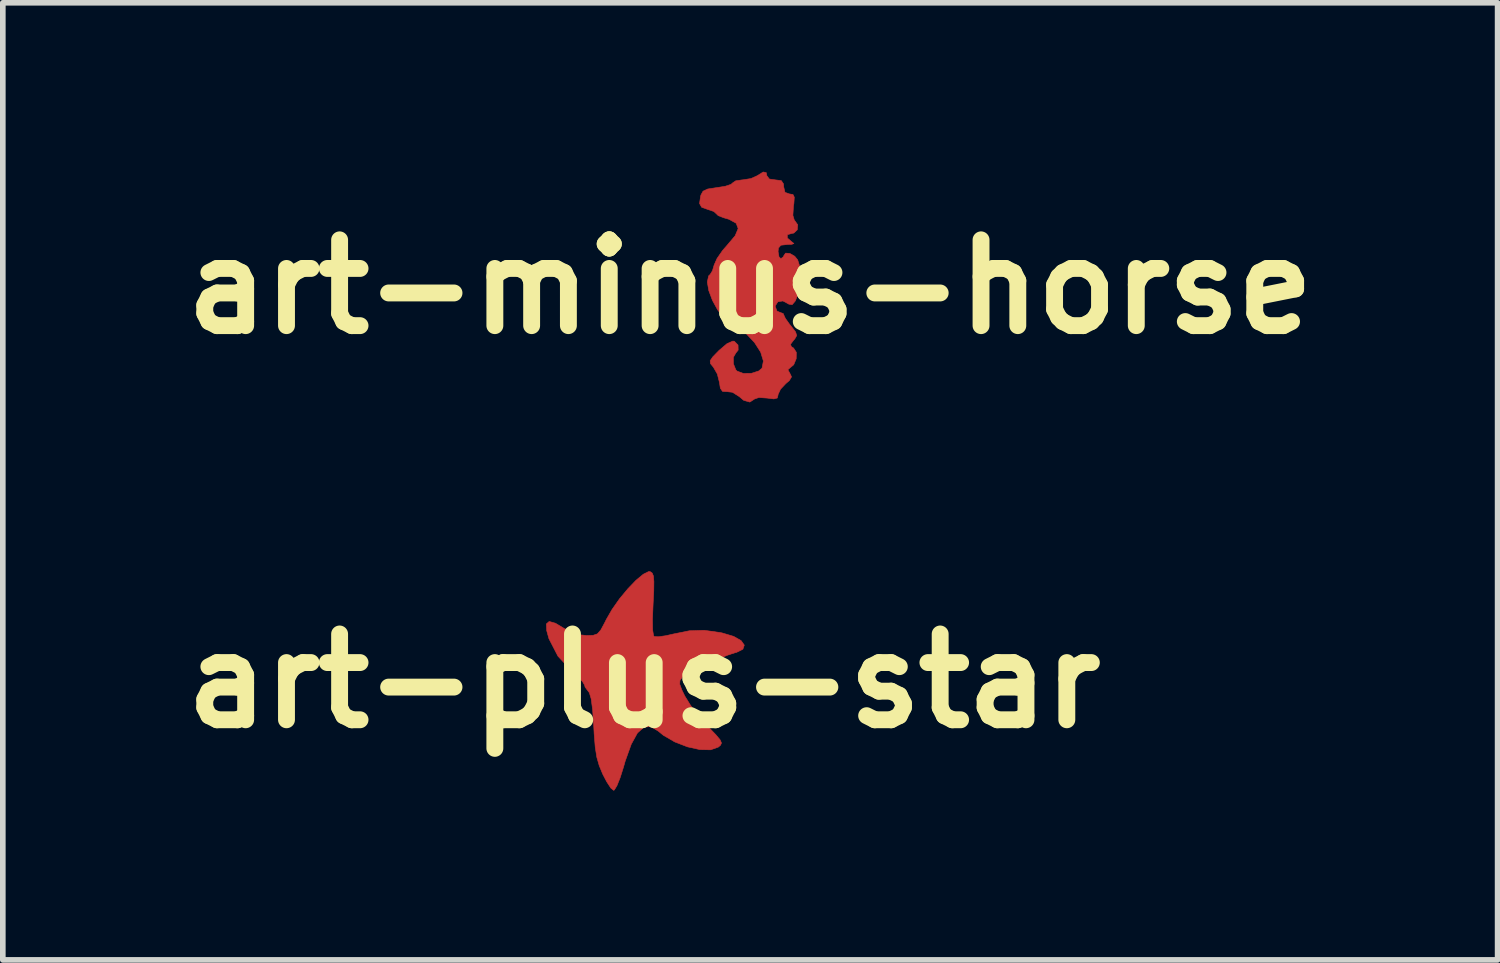
<source format=kicad_pcb>
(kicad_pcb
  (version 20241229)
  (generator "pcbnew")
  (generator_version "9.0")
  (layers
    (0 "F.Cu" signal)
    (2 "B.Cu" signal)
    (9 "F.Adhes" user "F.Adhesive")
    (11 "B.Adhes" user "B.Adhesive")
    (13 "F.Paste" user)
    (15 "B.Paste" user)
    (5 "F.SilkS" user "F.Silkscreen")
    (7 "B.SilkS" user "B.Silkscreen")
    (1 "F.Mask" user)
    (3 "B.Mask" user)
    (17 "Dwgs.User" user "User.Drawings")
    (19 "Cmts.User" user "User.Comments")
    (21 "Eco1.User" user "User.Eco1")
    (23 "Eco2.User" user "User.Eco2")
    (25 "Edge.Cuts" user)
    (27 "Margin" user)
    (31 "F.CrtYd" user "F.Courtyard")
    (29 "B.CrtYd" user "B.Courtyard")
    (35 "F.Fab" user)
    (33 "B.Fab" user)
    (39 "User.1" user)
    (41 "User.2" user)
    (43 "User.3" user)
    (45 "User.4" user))
  (footprint "art-plus-star"
    (layer "F.Cu")
    (at 8.389 9.046)
    (property "Reference" "art-plus-star" (at 0 0 0) (layer "F.SilkS") (effects (font (size 1.524 1.524) (thickness 0.3))))
    (attr through_hole)
    (fp_poly (pts (xy 0.11 -1.942) (xy 0.146 -1.917) (xy 0.168 -1.864) (xy 0.176 -1.764) (xy 0.174 -1.6) (xy 0.162 -1.366) (xy 0.151 -1.094) (xy 0.154 -0.904) (xy 0.171 -0.803) (xy 0.181 -0.79) (xy 0.254 -0.785) (xy 0.389 -0.804) (xy 0.516 -0.833) (xy 0.808 -0.892) (xy 1.069 -0.9) (xy 1.355 -0.86) (xy 1.393 -0.852) (xy 1.593 -0.792) (xy 1.725 -0.717) (xy 1.782 -0.637) (xy 1.757 -0.564) (xy 1.645 -0.508) (xy 1.616 -0.501) (xy 1.487 -0.459) (xy 1.317 -0.389) (xy 1.22 -0.344) (xy 1.06 -0.268) (xy 0.921 -0.208) (xy 0.864 -0.187) (xy 0.743 -0.122) (xy 0.68 -0.067) (xy 0.639 -0.009) (xy 0.635 0.057) (xy 0.673 0.16) (xy 0.726 0.269) (xy 0.826 0.431) (xy 0.969 0.62) (xy 1.126 0.799) (xy 1.136 0.809) (xy 1.275 0.953) (xy 1.352 1.045) (xy 1.377 1.102) (xy 1.359 1.142) (xy 1.32 1.175) (xy 1.184 1.223) (xy 0.993 1.219) (xy 0.772 1.17) (xy 0.547 1.083) (xy 0.344 0.965) (xy 0.254 0.891) (xy 0.123 0.81) (xy 0 0.82) (xy -0.116 0.924) (xy -0.226 1.124) (xy -0.333 1.422) (xy -0.364 1.531) (xy -0.423 1.717) (xy -0.48 1.86) (xy -0.526 1.936) (xy -0.539 1.943) (xy -0.589 1.902) (xy -0.661 1.792) (xy -0.732 1.656) (xy -0.795 1.504) (xy -0.838 1.354) (xy -0.866 1.175) (xy -0.885 0.938) (xy -0.892 0.806) (xy -0.912 0.514) (xy -0.938 0.317) (xy -0.971 0.207) (xy -0.987 0.188) (xy -1.046 0.109) (xy -1.055 0.073) (xy -1.091 0.012) (xy -1.183 -0.087) (xy -1.28 -0.174) (xy -1.528 -0.44) (xy -1.688 -0.75) (xy -1.728 -0.894) (xy -1.734 -1.013) (xy -1.684 -1.057) (xy -1.573 -1.026) (xy -1.416 -0.932) (xy -1.181 -0.825) (xy -1.02 -0.807) (xy -0.903 -0.811) (xy -0.827 -0.837) (xy -0.766 -0.907) (xy -0.695 -1.04) (xy -0.669 -1.093) (xy -0.566 -1.272) (xy -0.434 -1.46) (xy -0.287 -1.637) (xy -0.141 -1.789) (xy -0.012 -1.896) (xy 0.084 -1.944) (xy 0.11 -1.942)) (stroke (width 0.01) (type solid)) (fill yes) (layer "F.Cu"))
    (fp_poly (pts (xy 0.115 -1.936) (xy 0.151 -1.911) (xy 0.173 -1.857) (xy 0.181 -1.757) (xy 0.179 -1.593) (xy 0.167 -1.359) (xy 0.156 -1.088) (xy 0.159 -0.898) (xy 0.177 -0.797) (xy 0.186 -0.783) (xy 0.259 -0.778) (xy 0.394 -0.797) (xy 0.521 -0.826) (xy 0.813 -0.885) (xy 1.074 -0.894) (xy 1.36 -0.854) (xy 1.398 -0.846) (xy 1.598 -0.785) (xy 1.73 -0.71) (xy 1.787 -0.631) (xy 1.763 -0.558) (xy 1.65 -0.502) (xy 1.621 -0.494) (xy 1.492 -0.453) (xy 1.322 -0.383) (xy 1.225 -0.337) (xy 1.065 -0.261) (xy 0.926 -0.201) (xy 0.869 -0.18) (xy 0.748 -0.116) (xy 0.685 -0.061) (xy 0.644 -0.003) (xy 0.64 0.063) (xy 0.678 0.166) (xy 0.732 0.275) (xy 0.831 0.437) (xy 0.974 0.627) (xy 1.131 0.805) (xy 1.141 0.815) (xy 1.28 0.96) (xy 1.357 1.051) (xy 1.382 1.108) (xy 1.364 1.149) (xy 1.325 1.182) (xy 1.189 1.23) (xy 0.998 1.225) (xy 0.777 1.176) (xy 0.552 1.089) (xy 0.35 0.971) (xy 0.259 0.898) (xy 0.128 0.816) (xy 0.005 0.827) (xy -0.111 0.931) (xy -0.221 1.131) (xy -0.328 1.429) (xy -0.359 1.538) (xy -0.418 1.724) (xy -0.475 1.867) (xy -0.521 1.943) (xy -0.533 1.95) (xy -0.584 1.908) (xy -0.656 1.799) (xy -0.727 1.663) (xy -0.79 1.511) (xy -0.833 1.36) (xy -0.861 1.181) (xy -0.88 0.945) (xy -0.887 0.813) (xy -0.907 0.521) (xy -0.933 0.323) (xy -0.966 0.214) (xy -0.982 0.194) (xy -1.041 0.115) (xy -1.05 0.079) (xy -1.086 0.018) (xy -1.178 -0.08) (xy -1.275 -0.167) (xy -1.523 -0.434) (xy -1.683 -0.744) (xy -1.723 -0.887) (xy -1.729 -1.007) (xy -1.679 -1.051) (xy -1.568 -1.019) (xy -1.411 -0.925) (xy -1.176 -0.818) (xy -1.015 -0.8) (xy -0.898 -0.804) (xy -0.822 -0.831) (xy -0.761 -0.9) (xy -0.69 -1.034) (xy -0.664 -1.086) (xy -0.561 -1.266) (xy -0.428 -1.453) (xy -0.282 -1.631) (xy -0.136 -1.782) (xy -0.007 -1.89) (xy 0.089 -1.937) (xy 0.115 -1.936)) (stroke (width 0.01) (type solid)) (fill yes) (layer "F.Mask"))
    (pad "1" smd roundrect (at -0.33 -0.39) (size 1 1) (layers "F.Cu" "F.Mask") (roundrect_rratio 0.25)))
  (footprint "art-minus-horse"
    (layer "F.Cu")
    (at 10.276 2.045)
    (property "Reference" "art-minus-horse" (at 0 0 0) (layer "F.SilkS") (effects (font (size 1.524 1.524) (thickness 0.3))))
    (attr through_hole)
    (fp_poly (pts (xy 0.285 -2.029) (xy 0.295 -1.975) (xy 0.34 -1.915) (xy 0.445 -1.9) (xy 0.552 -1.887) (xy 0.591 -1.829) (xy 0.595 -1.775) (xy 0.618 -1.678) (xy 0.698 -1.65) (xy 0.76 -1.64) (xy 0.783 -1.592) (xy 0.776 -1.481) (xy 0.768 -1.431) (xy 0.758 -1.269) (xy 0.784 -1.183) (xy 0.79 -1.178) (xy 0.844 -1.102) (xy 0.836 -1.013) (xy 0.775 -0.955) (xy 0.745 -0.95) (xy 0.659 -0.926) (xy 0.659 -0.868) (xy 0.733 -0.804) (xy 0.776 -0.77) (xy 0.739 -0.755) (xy 0.658 -0.752) (xy 0.545 -0.739) (xy 0.501 -0.689) (xy 0.495 -0.625) (xy 0.512 -0.531) (xy 0.545 -0.5) (xy 0.594 -0.538) (xy 0.595 -0.55) (xy 0.628 -0.599) (xy 0.704 -0.593) (xy 0.79 -0.544) (xy 0.843 -0.479) (xy 0.883 -0.352) (xy 0.894 -0.195) (xy 0.881 -0.028) (xy 0.849 0.128) (xy 0.802 0.25) (xy 0.745 0.317) (xy 0.683 0.307) (xy 0.677 0.302) (xy 0.581 0.251) (xy 0.491 0.265) (xy 0.446 0.337) (xy 0.445 0.35) (xy 0.476 0.431) (xy 0.52 0.45) (xy 0.587 0.475) (xy 0.595 0.496) (xy 0.625 0.561) (xy 0.699 0.665) (xy 0.726 0.698) (xy 0.806 0.801) (xy 0.826 0.865) (xy 0.792 0.925) (xy 0.772 0.947) (xy 0.716 1.021) (xy 0.731 1.063) (xy 0.77 1.087) (xy 0.819 1.163) (xy 0.817 1.277) (xy 0.773 1.384) (xy 0.712 1.435) (xy 0.669 1.472) (xy 0.705 1.537) (xy 0.734 1.599) (xy 0.696 1.664) (xy 0.631 1.72) (xy 0.538 1.819) (xy 0.495 1.912) (xy 0.495 1.919) (xy 0.481 1.975) (xy 0.42 1.991) (xy 0.3 1.976) (xy 0.154 1.966) (xy 0.075 1.993) (xy 0.072 1.996) (xy -0.007 2.047) (xy -0.116 2.016) (xy -0.195 1.949) (xy -0.316 1.873) (xy -0.409 1.862) (xy -0.492 1.857) (xy -0.531 1.8) (xy -0.546 1.7) (xy -0.584 1.549) (xy -0.654 1.427) (xy -0.656 1.425) (xy -0.706 1.364) (xy -0.711 1.312) (xy -0.664 1.243) (xy -0.555 1.131) (xy -0.413 1.01) (xy -0.309 0.964) (xy -0.282 0.967) (xy -0.216 1.034) (xy -0.214 1.124) (xy -0.255 1.175) (xy -0.299 1.252) (xy -0.298 1.368) (xy -0.256 1.473) (xy -0.233 1.497) (xy -0.123 1.538) (xy 0.021 1.536) (xy 0.151 1.495) (xy 0.21 1.445) (xy 0.234 1.318) (xy 0.186 1.16) (xy 0.077 0.99) (xy -0.078 0.825) (xy -0.267 0.687) (xy -0.346 0.644) (xy -0.466 0.552) (xy -0.578 0.41) (xy -0.671 0.24) (xy -0.736 0.067) (xy -0.762 -0.085) (xy -0.739 -0.194) (xy -0.711 -0.221) (xy -0.671 -0.285) (xy -0.64 -0.39) (xy -0.589 -0.504) (xy -0.49 -0.647) (xy -0.408 -0.741) (xy -0.267 -0.908) (xy -0.214 -1.035) (xy -0.249 -1.129) (xy -0.375 -1.199) (xy -0.468 -1.226) (xy -0.567 -1.264) (xy -0.605 -1.301) (xy -0.648 -1.339) (xy -0.752 -1.374) (xy -0.755 -1.375) (xy -0.862 -1.413) (xy -0.9 -1.48) (xy -0.882 -1.606) (xy -0.875 -1.632) (xy -0.838 -1.699) (xy -0.755 -1.738) (xy -0.599 -1.762) (xy -0.59 -1.763) (xy -0.441 -1.787) (xy -0.34 -1.821) (xy -0.315 -1.844) (xy -0.258 -1.883) (xy -0.143 -1.9) (xy -0.135 -1.9) (xy 0.011 -1.923) (xy 0.123 -1.973) (xy 0.231 -2.04) (xy 0.285 -2.029)) (stroke (width 0.01) (type solid)) (fill yes) (layer "F.Cu"))
    (fp_poly (pts (xy 0.29 -2.029) (xy 0.3 -1.975) (xy 0.345 -1.915) (xy 0.45 -1.9) (xy 0.557 -1.887) (xy 0.596 -1.829) (xy 0.6 -1.775) (xy 0.623 -1.678) (xy 0.703 -1.65) (xy 0.765 -1.64) (xy 0.788 -1.592) (xy 0.78 -1.481) (xy 0.773 -1.431) (xy 0.763 -1.269) (xy 0.789 -1.183) (xy 0.795 -1.178) (xy 0.849 -1.102) (xy 0.841 -1.013) (xy 0.78 -0.955) (xy 0.75 -0.95) (xy 0.664 -0.926) (xy 0.664 -0.868) (xy 0.738 -0.804) (xy 0.781 -0.77) (xy 0.744 -0.755) (xy 0.662 -0.752) (xy 0.55 -0.739) (xy 0.506 -0.689) (xy 0.5 -0.625) (xy 0.517 -0.531) (xy 0.55 -0.5) (xy 0.599 -0.538) (xy 0.6 -0.55) (xy 0.633 -0.599) (xy 0.709 -0.593) (xy 0.795 -0.544) (xy 0.848 -0.479) (xy 0.888 -0.352) (xy 0.899 -0.195) (xy 0.886 -0.028) (xy 0.854 0.128) (xy 0.807 0.25) (xy 0.75 0.317) (xy 0.688 0.307) (xy 0.682 0.302) (xy 0.586 0.251) (xy 0.496 0.265) (xy 0.451 0.337) (xy 0.45 0.35) (xy 0.481 0.431) (xy 0.525 0.45) (xy 0.592 0.475) (xy 0.6 0.496) (xy 0.63 0.561) (xy 0.704 0.665) (xy 0.731 0.698) (xy 0.811 0.801) (xy 0.831 0.865) (xy 0.797 0.925) (xy 0.777 0.947) (xy 0.721 1.021) (xy 0.736 1.063) (xy 0.774 1.087) (xy 0.824 1.163) (xy 0.822 1.277) (xy 0.778 1.384) (xy 0.717 1.435) (xy 0.674 1.472) (xy 0.71 1.537) (xy 0.739 1.599) (xy 0.701 1.664) (xy 0.636 1.72) (xy 0.543 1.819) (xy 0.5 1.912) (xy 0.5 1.919) (xy 0.486 1.975) (xy 0.425 1.991) (xy 0.305 1.976) (xy 0.158 1.966) (xy 0.08 1.993) (xy 0.077 1.996) (xy -0.002 2.047) (xy -0.111 2.016) (xy -0.19 1.949) (xy -0.311 1.873) (xy -0.404 1.862) (xy -0.487 1.857) (xy -0.526 1.8) (xy -0.541 1.7) (xy -0.579 1.549) (xy -0.649 1.427) (xy -0.651 1.425) (xy -0.701 1.364) (xy -0.706 1.312) (xy -0.659 1.243) (xy -0.55 1.131) (xy -0.408 1.01) (xy -0.304 0.964) (xy -0.277 0.967) (xy -0.211 1.034) (xy -0.209 1.124) (xy -0.25 1.175) (xy -0.294 1.252) (xy -0.293 1.368) (xy -0.251 1.473) (xy -0.228 1.497) (xy -0.118 1.538) (xy 0.026 1.536) (xy 0.156 1.495) (xy 0.215 1.445) (xy 0.239 1.318) (xy 0.191 1.16) (xy 0.082 0.99) (xy -0.073 0.825) (xy -0.262 0.687) (xy -0.341 0.644) (xy -0.462 0.552) (xy -0.573 0.41) (xy -0.666 0.24) (xy -0.731 0.067) (xy -0.757 -0.085) (xy -0.734 -0.194) (xy -0.706 -0.221) (xy -0.666 -0.285) (xy -0.635 -0.39) (xy -0.584 -0.504) (xy -0.485 -0.647) (xy -0.403 -0.741) (xy -0.262 -0.908) (xy -0.209 -1.035) (xy -0.244 -1.129) (xy -0.371 -1.199) (xy -0.463 -1.226) (xy -0.562 -1.264) (xy -0.6 -1.301) (xy -0.643 -1.339) (xy -0.747 -1.374) (xy -0.75 -1.375) (xy -0.857 -1.413) (xy -0.895 -1.48) (xy -0.877 -1.606) (xy -0.87 -1.632) (xy -0.833 -1.699) (xy -0.75 -1.738) (xy -0.594 -1.762) (xy -0.585 -1.763) (xy -0.436 -1.787) (xy -0.335 -1.821) (xy -0.31 -1.844) (xy -0.253 -1.883) (xy -0.138 -1.9) (xy -0.13 -1.9) (xy 0.016 -1.923) (xy 0.128 -1.973) (xy 0.236 -2.04) (xy 0.29 -2.029)) (stroke (width 0.01) (type solid)) (fill yes) (layer "F.Mask"))
    (pad "1" smd roundrect (at -0.03 -0.17) (size 1 1) (layers "F.Cu" "F.Mask") (roundrect_rratio 0.25)))
  (gr_rect
    (start -3 -3)
    (end 23.552 14.001)
    (stroke (width 0.1) (type default))
    (fill no)
    (layer "Edge.Cuts")))
</source>
